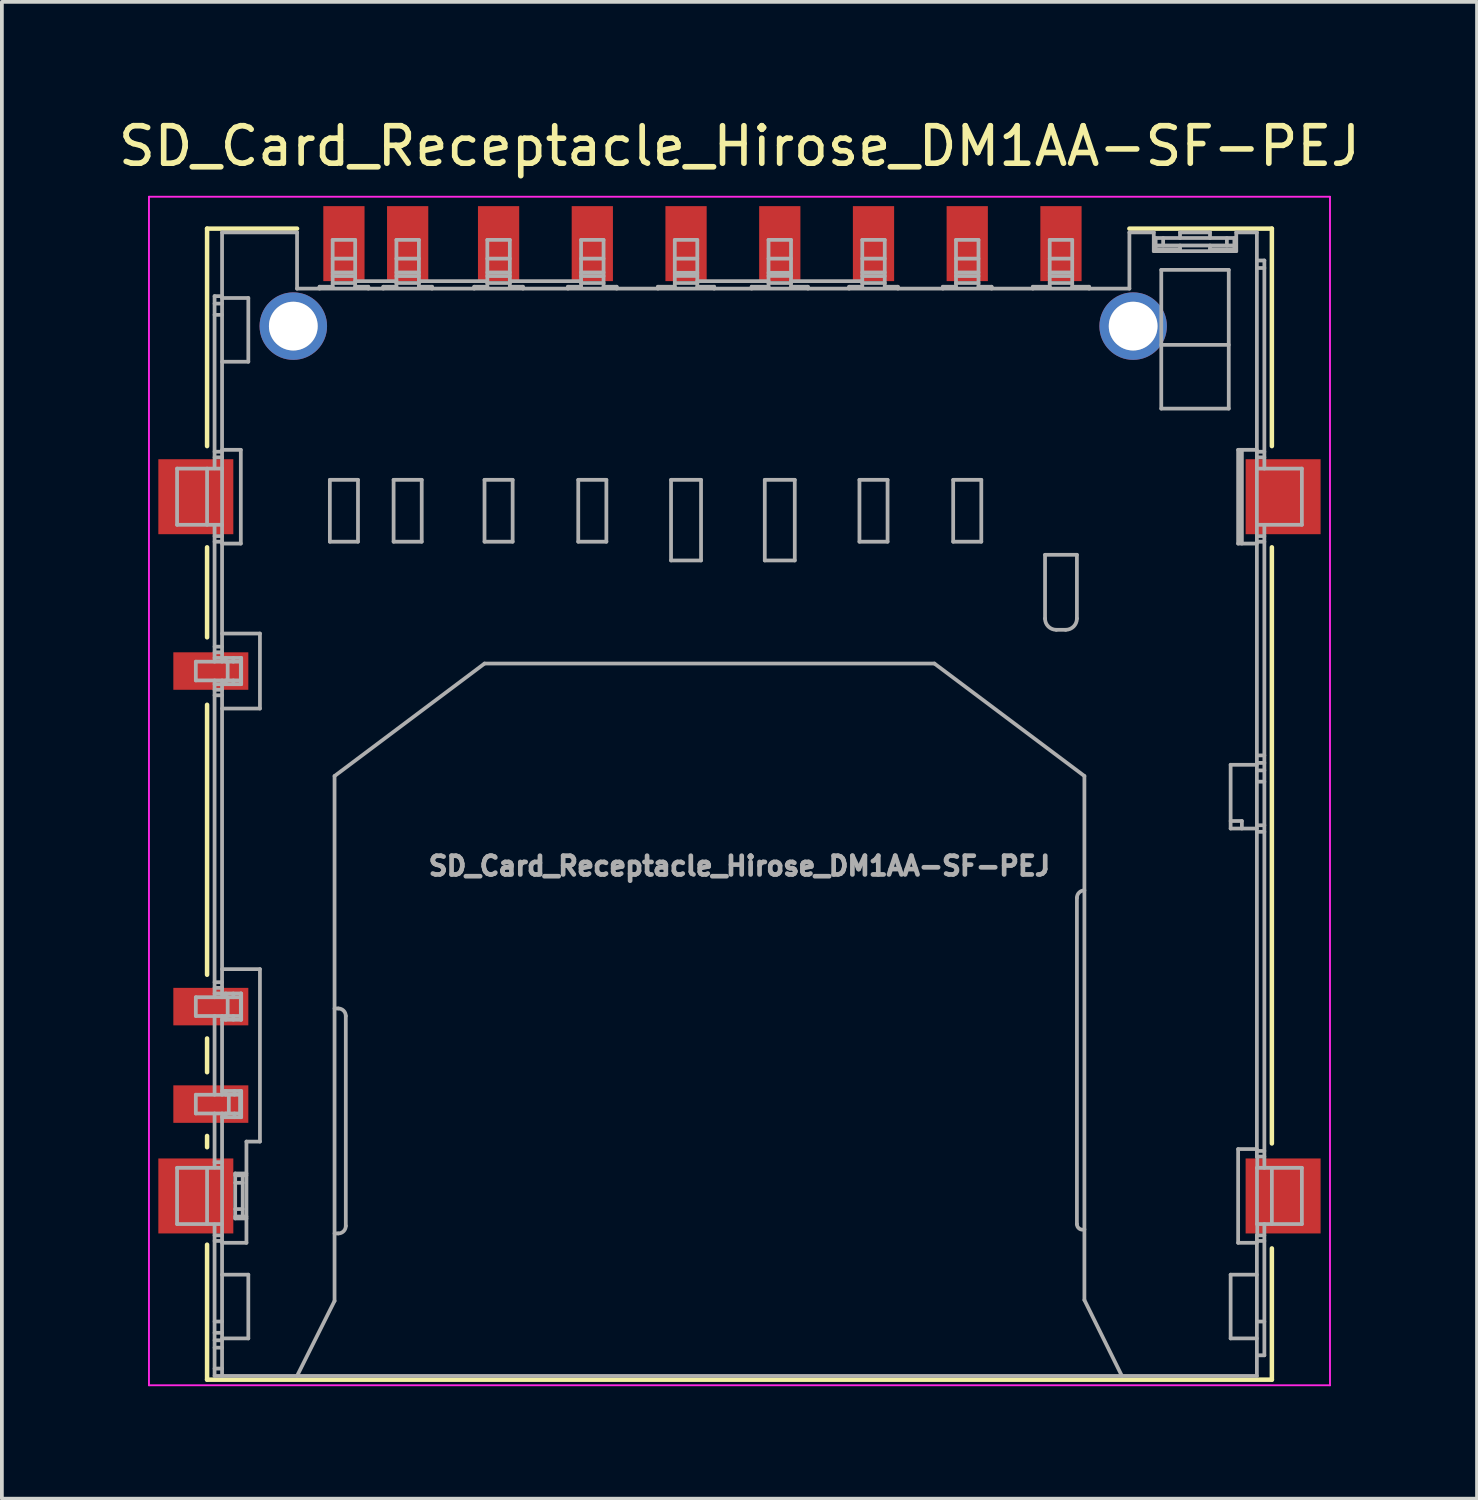
<source format=kicad_pcb>
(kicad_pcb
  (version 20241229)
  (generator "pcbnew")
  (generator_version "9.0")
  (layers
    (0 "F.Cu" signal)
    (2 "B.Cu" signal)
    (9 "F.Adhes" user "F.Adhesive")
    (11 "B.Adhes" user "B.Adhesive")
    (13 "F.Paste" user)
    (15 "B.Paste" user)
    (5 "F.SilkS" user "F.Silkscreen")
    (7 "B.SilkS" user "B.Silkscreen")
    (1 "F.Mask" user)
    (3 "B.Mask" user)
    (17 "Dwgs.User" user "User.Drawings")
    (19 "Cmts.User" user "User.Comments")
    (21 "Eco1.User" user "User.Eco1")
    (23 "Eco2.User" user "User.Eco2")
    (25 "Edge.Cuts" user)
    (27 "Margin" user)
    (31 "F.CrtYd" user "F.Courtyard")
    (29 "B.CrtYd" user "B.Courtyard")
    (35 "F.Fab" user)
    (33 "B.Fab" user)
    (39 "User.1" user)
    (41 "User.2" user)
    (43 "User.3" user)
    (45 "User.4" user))
  (footprint "SD_Card_Receptacle_Hirose_DM1AA-SF-PEJ"
    (layer "F.Cu")
    (at 16.673 18.048)
    (property "Reference" "SD_Card_Receptacle_Hirose_DM1AA-SF-PEJ" (at 0 -17.2 0) (layer "F.SilkS") (effects (font (size 1 1) (thickness 0.15))))
    (attr smd)
    (fp_line (start -14.2 -15) (end -14.2 -9.2) (stroke (width 0.12) (type solid)) (layer "F.SilkS"))
    (fp_line (start -14.2 -6.5) (end -14.2 -4.1) (stroke (width 0.12) (type solid)) (layer "F.SilkS"))
    (fp_line (start -14.2 -2.3) (end -14.2 4.9) (stroke (width 0.12) (type solid)) (layer "F.SilkS"))
    (fp_line (start -14.2 6.6) (end -14.2 7.5) (stroke (width 0.12) (type solid)) (layer "F.SilkS"))
    (fp_line (start -14.2 9.2) (end -14.2 9.5) (stroke (width 0.12) (type solid)) (layer "F.SilkS"))
    (fp_line (start -14.2 12.1) (end -14.2 15.7) (stroke (width 0.12) (type solid)) (layer "F.SilkS"))
    (fp_line (start -14.2 15.7) (end 14.2 15.7) (stroke (width 0.12) (type solid)) (layer "F.SilkS"))
    (fp_line (start -11.8 -15) (end -14.2 -15) (stroke (width 0.12) (type solid)) (layer "F.SilkS"))
    (fp_line (start 14.2 -15) (end 10.4 -15) (stroke (width 0.12) (type solid)) (layer "F.SilkS"))
    (fp_line (start 14.2 -9.2) (end 14.2 -15) (stroke (width 0.12) (type solid)) (layer "F.SilkS"))
    (fp_line (start 14.2 9.4) (end 14.2 -6.5) (stroke (width 0.12) (type solid)) (layer "F.SilkS"))
    (fp_line (start 14.2 15.7) (end 14.2 12.2) (stroke (width 0.12) (type solid)) (layer "F.SilkS"))
    (fp_line (start -15.75 -15.85) (end -15.75 15.85) (stroke (width 0.05) (type solid)) (layer "F.CrtYd"))
    (fp_line (start -15.75 -15.85) (end 15.75 -15.85) (stroke (width 0.05) (type solid)) (layer "F.CrtYd"))
    (fp_line (start -15.75 15.85) (end 15.75 15.85) (stroke (width 0.05) (type solid)) (layer "F.CrtYd"))
    (fp_line (start 15.75 15.85) (end 15.75 -15.85) (stroke (width 0.05) (type solid)) (layer "F.CrtYd"))
    (fp_line (start -15 -7.1) (end -15 -8.6) (stroke (width 0.1) (type solid)) (layer "F.Fab"))
    (fp_line (start -15 -7.1) (end -13.803 -7.1) (stroke (width 0.1) (type solid)) (layer "F.Fab"))
    (fp_line (start -15 11.55) (end -15 10.05) (stroke (width 0.1) (type solid)) (layer "F.Fab"))
    (fp_line (start -14.5 -2.95) (end -14.5 -3.45) (stroke (width 0.1) (type solid)) (layer "F.Fab"))
    (fp_line (start -14.5 6) (end -14.5 5.5) (stroke (width 0.1) (type solid)) (layer "F.Fab"))
    (fp_line (start -14.5 8.6) (end -14.5 8.1) (stroke (width 0.1) (type solid)) (layer "F.Fab"))
    (fp_line (start -14.2 -8.6) (end -14.2 -7.1) (stroke (width 0.1) (type solid)) (layer "F.Fab"))
    (fp_line (start -14.2 10.05) (end -14.2 11.55) (stroke (width 0.1) (type solid)) (layer "F.Fab"))
    (fp_line (start -14 -13.2) (end -14 -8.609) (stroke (width 0.1) (type solid)) (layer "F.Fab"))
    (fp_line (start -14 -9.05) (end -13.8 -9.05) (stroke (width 0.1) (type solid)) (layer "F.Fab"))
    (fp_line (start -14 -7.091) (end -14 -3.45) (stroke (width 0.1) (type solid)) (layer "F.Fab"))
    (fp_line (start -14 -6.8) (end -13.8 -6.8) (stroke (width 0.1) (type solid)) (layer "F.Fab"))
    (fp_line (start -14 -3.85) (end -13.8 -3.85) (stroke (width 0.1) (type solid)) (layer "F.Fab"))
    (fp_line (start -14 -2.95) (end -14 5.5) (stroke (width 0.1) (type solid)) (layer "F.Fab"))
    (fp_line (start -14 -2.85) (end -13.29 -2.85) (stroke (width 0.1) (type solid)) (layer "F.Fab"))
    (fp_line (start -14 -2.7) (end -13.8 -2.7) (stroke (width 0.1) (type solid)) (layer "F.Fab"))
    (fp_line (start -14 -2.553) (end -13.8 -2.553) (stroke (width 0.1) (type solid)) (layer "F.Fab"))
    (fp_line (start -14 5.1) (end -13.8 5.1) (stroke (width 0.1) (type solid)) (layer "F.Fab"))
    (fp_line (start -14 5.4) (end -13.29 5.4) (stroke (width 0.1) (type solid)) (layer "F.Fab"))
    (fp_line (start -14 6) (end -14 8.1) (stroke (width 0.1) (type solid)) (layer "F.Fab"))
    (fp_line (start -14 8.6) (end -14 10.041) (stroke (width 0.1) (type solid)) (layer "F.Fab"))
    (fp_line (start -14 11.559) (end -14 15.6) (stroke (width 0.1) (type solid)) (layer "F.Fab"))
    (fp_line (start -14 11.85) (end -13.8 11.85) (stroke (width 0.1) (type solid)) (layer "F.Fab"))
    (fp_line (start -14 12) (end -13.8 12) (stroke (width 0.1) (type solid)) (layer "F.Fab"))
    (fp_line (start -14 14.15) (end -13.8 14.15) (stroke (width 0.1) (type solid)) (layer "F.Fab"))
    (fp_line (start -14 14.65) (end -13.8 14.65) (stroke (width 0.1) (type solid)) (layer "F.Fab"))
    (fp_line (start -14 14.846) (end -13.8 14.846) (stroke (width 0.1) (type solid)) (layer "F.Fab"))
    (fp_line (start -14 15.404) (end -13.8 15.404) (stroke (width 0.1) (type solid)) (layer "F.Fab"))
    (fp_line (start -14 15.6) (end 13.8 15.6) (stroke (width 0.1) (type solid)) (layer "F.Fab"))
    (fp_line (start -13.803 -8.6) (end -15 -8.6) (stroke (width 0.1) (type solid)) (layer "F.Fab"))
    (fp_line (start -13.803 -8.6) (end -13.801 -8.602) (stroke (width 0.1) (type solid)) (layer "F.Fab"))
    (fp_line (start -13.803 10.05) (end -15 10.05) (stroke (width 0.1) (type solid)) (layer "F.Fab"))
    (fp_line (start -13.803 11.55) (end -15 11.55) (stroke (width 0.1) (type solid)) (layer "F.Fab"))
    (fp_line (start -13.801 -8.602) (end -13.8 -8.609) (stroke (width 0.1) (type solid)) (layer "F.Fab"))
    (fp_line (start -13.801 -7.098) (end -13.803 -7.1) (stroke (width 0.1) (type solid)) (layer "F.Fab"))
    (fp_line (start -13.8 -14.9) (end -13.8 -3.45) (stroke (width 0.1) (type solid)) (layer "F.Fab"))
    (fp_line (start -13.8 -13.2) (end -14 -13.2) (stroke (width 0.1) (type solid)) (layer "F.Fab"))
    (fp_line (start -13.8 -13.15) (end -13.1 -13.15) (stroke (width 0.1) (type solid)) (layer "F.Fab"))
    (fp_line (start -13.8 -13) (end -14 -13) (stroke (width 0.1) (type solid)) (layer "F.Fab"))
    (fp_line (start -13.8 -12.7) (end -14 -12.7) (stroke (width 0.1) (type solid)) (layer "F.Fab"))
    (fp_line (start -13.8 -9.1) (end -13.3 -9.1) (stroke (width 0.1) (type solid)) (layer "F.Fab"))
    (fp_line (start -13.8 -8.9) (end -14 -8.9) (stroke (width 0.1) (type solid)) (layer "F.Fab"))
    (fp_line (start -13.8 -7.091) (end -13.801 -7.098) (stroke (width 0.1) (type solid)) (layer "F.Fab"))
    (fp_line (start -13.8 -6.65) (end -14 -6.65) (stroke (width 0.1) (type solid)) (layer "F.Fab"))
    (fp_line (start -13.8 -4.2) (end -12.79 -4.2) (stroke (width 0.1) (type solid)) (layer "F.Fab"))
    (fp_line (start -13.8 -3.7) (end -14 -3.7) (stroke (width 0.1) (type solid)) (layer "F.Fab"))
    (fp_line (start -13.8 -2.95) (end -13.8 5.5) (stroke (width 0.1) (type solid)) (layer "F.Fab"))
    (fp_line (start -13.8 4.75) (end -12.79 4.75) (stroke (width 0.1) (type solid)) (layer "F.Fab"))
    (fp_line (start -13.8 5.25) (end -14 5.25) (stroke (width 0.1) (type solid)) (layer "F.Fab"))
    (fp_line (start -13.8 6) (end -13.8 8.1) (stroke (width 0.1) (type solid)) (layer "F.Fab"))
    (fp_line (start -13.8 8) (end -13.29 8) (stroke (width 0.1) (type solid)) (layer "F.Fab"))
    (fp_line (start -13.8 9.9) (end -14 9.9) (stroke (width 0.1) (type solid)) (layer "F.Fab"))
    (fp_line (start -13.8 12.9) (end -13.1 12.9) (stroke (width 0.1) (type solid)) (layer "F.Fab"))
    (fp_line (start -13.8 14.45) (end -14 14.45) (stroke (width 0.1) (type solid)) (layer "F.Fab"))
    (fp_line (start -13.8 15.6) (end -13.8 8.6) (stroke (width 0.1) (type solid)) (layer "F.Fab"))
    (fp_line (start -13.7 -3.55) (end -13.7 -3.45) (stroke (width 0.1) (type solid)) (layer "F.Fab"))
    (fp_line (start -13.7 -2.95) (end -13.7 -2.85) (stroke (width 0.1) (type solid)) (layer "F.Fab"))
    (fp_line (start -13.7 5.4) (end -13.7 5.5) (stroke (width 0.1) (type solid)) (layer "F.Fab"))
    (fp_line (start -13.7 6) (end -13.7 6.1) (stroke (width 0.1) (type solid)) (layer "F.Fab"))
    (fp_line (start -13.7 8) (end -13.7 8.1) (stroke (width 0.1) (type solid)) (layer "F.Fab"))
    (fp_line (start -13.7 8.6) (end -13.7 8.7) (stroke (width 0.1) (type solid)) (layer "F.Fab"))
    (fp_line (start -13.65 -2.95) (end -13.65 -3.45) (stroke (width 0.1) (type solid)) (layer "F.Fab"))
    (fp_line (start -13.65 6) (end -13.65 5.5) (stroke (width 0.1) (type solid)) (layer "F.Fab"))
    (fp_line (start -13.62 8.6) (end -13.62 8.1) (stroke (width 0.1) (type solid)) (layer "F.Fab"))
    (fp_line (start -13.5 -3.55) (end -13.5 -3.45) (stroke (width 0.1) (type solid)) (layer "F.Fab"))
    (fp_line (start -13.5 -2.95) (end -13.5 -2.85) (stroke (width 0.1) (type solid)) (layer "F.Fab"))
    (fp_line (start -13.5 5.4) (end -13.5 5.5) (stroke (width 0.1) (type solid)) (layer "F.Fab"))
    (fp_line (start -13.5 6) (end -13.5 6.1) (stroke (width 0.1) (type solid)) (layer "F.Fab"))
    (fp_line (start -13.47 8.1) (end -13.47 8) (stroke (width 0.1) (type solid)) (layer "F.Fab"))
    (fp_line (start -13.47 8.7) (end -13.47 8.6) (stroke (width 0.1) (type solid)) (layer "F.Fab"))
    (fp_line (start -13.45 10.2) (end -13.45 11.4) (stroke (width 0.1) (type solid)) (layer "F.Fab"))
    (fp_line (start -13.45 11.4) (end -13.15 11.4) (stroke (width 0.1) (type solid)) (layer "F.Fab"))
    (fp_line (start -13.45 10.45) (end -13.25 10.45) (stroke (width 0.1) (type solid)) (layer "F.Fab"))
    (fp_line (start -13.32 8) (end -13.32 8.7) (stroke (width 0.1) (type solid)) (layer "F.Fab"))
    (fp_line (start -13.32 8.1) (end -14.5 8.1) (stroke (width 0.1) (type solid)) (layer "F.Fab"))
    (fp_line (start -13.32 8.6) (end -14.5 8.6) (stroke (width 0.1) (type solid)) (layer "F.Fab"))
    (fp_line (start -13.3 -9.1) (end -13.3 -6.6) (stroke (width 0.1) (type solid)) (layer "F.Fab"))
    (fp_line (start -13.3 -6.6) (end -13.8 -6.6) (stroke (width 0.1) (type solid)) (layer "F.Fab"))
    (fp_line (start -13.3 -3.55) (end -13.3 -2.85) (stroke (width 0.1) (type solid)) (layer "F.Fab"))
    (fp_line (start -13.3 -3.45) (end -14.5 -3.45) (stroke (width 0.1) (type solid)) (layer "F.Fab"))
    (fp_line (start -13.3 -2.95) (end -14.5 -2.95) (stroke (width 0.1) (type solid)) (layer "F.Fab"))
    (fp_line (start -13.3 5.4) (end -13.3 6.1) (stroke (width 0.1) (type solid)) (layer "F.Fab"))
    (fp_line (start -13.3 5.5) (end -14.5 5.5) (stroke (width 0.1) (type solid)) (layer "F.Fab"))
    (fp_line (start -13.3 6) (end -14.5 6) (stroke (width 0.1) (type solid)) (layer "F.Fab"))
    (fp_line (start -13.29 -3.55) (end -14 -3.55) (stroke (width 0.1) (type solid)) (layer "F.Fab"))
    (fp_line (start -13.29 -3.55) (end -13.29 -2.85) (stroke (width 0.1) (type solid)) (layer "F.Fab"))
    (fp_line (start -13.29 6.1) (end -13.8 6.1) (stroke (width 0.1) (type solid)) (layer "F.Fab"))
    (fp_line (start -13.29 6.1) (end -13.29 5.4) (stroke (width 0.1) (type solid)) (layer "F.Fab"))
    (fp_line (start -13.29 8.7) (end -13.8 8.7) (stroke (width 0.1) (type solid)) (layer "F.Fab"))
    (fp_line (start -13.29 8.7) (end -13.29 8) (stroke (width 0.1) (type solid)) (layer "F.Fab"))
    (fp_line (start -13.25 11.15) (end -13.45 11.15) (stroke (width 0.1) (type solid)) (layer "F.Fab"))
    (fp_line (start -13.25 11.35) (end -13.25 10.25) (stroke (width 0.1) (type solid)) (layer "F.Fab"))
    (fp_line (start -13.15 9.35) (end -13.15 12.05) (stroke (width 0.1) (type solid)) (layer "F.Fab"))
    (fp_line (start -13.15 10.2) (end -13.45 10.2) (stroke (width 0.1) (type solid)) (layer "F.Fab"))
    (fp_line (start -13.15 10.25) (end -13.45 10.25) (stroke (width 0.1) (type solid)) (layer "F.Fab"))
    (fp_line (start -13.15 11.35) (end -13.45 11.35) (stroke (width 0.1) (type solid)) (layer "F.Fab"))
    (fp_line (start -13.15 12.05) (end -13.8 12.05) (stroke (width 0.1) (type solid)) (layer "F.Fab"))
    (fp_line (start -13.1 -13.15) (end -13.1 -11.45) (stroke (width 0.1) (type solid)) (layer "F.Fab"))
    (fp_line (start -13.1 -11.45) (end -13.8 -11.45) (stroke (width 0.1) (type solid)) (layer "F.Fab"))
    (fp_line (start -13.1 12.9) (end -13.1 14.6) (stroke (width 0.1) (type solid)) (layer "F.Fab"))
    (fp_line (start -13.1 14.6) (end -13.8 14.6) (stroke (width 0.1) (type solid)) (layer "F.Fab"))
    (fp_line (start -12.79 -4.2) (end -12.79 -2.2) (stroke (width 0.1) (type solid)) (layer "F.Fab"))
    (fp_line (start -12.79 -2.2) (end -13.8 -2.2) (stroke (width 0.1) (type solid)) (layer "F.Fab"))
    (fp_line (start -12.79 4.75) (end -12.79 9.35) (stroke (width 0.1) (type solid)) (layer "F.Fab"))
    (fp_line (start -12.79 9.35) (end -13.15 9.35) (stroke (width 0.1) (type solid)) (layer "F.Fab"))
    (fp_line (start -11.8 -14.9) (end -13.8 -14.9) (stroke (width 0.1) (type solid)) (layer "F.Fab"))
    (fp_line (start -11.8 -13.4) (end -11.8 -14.9) (stroke (width 0.1) (type solid)) (layer "F.Fab"))
    (fp_line (start -11.8 15.6) (end -10.8 13.6) (stroke (width 0.1) (type solid)) (layer "F.Fab"))
    (fp_line (start -11.2 -13.45) (end -11.2 -13.4) (stroke (width 0.1) (type solid)) (layer "F.Fab"))
    (fp_line (start -10.925 -8.3) (end -10.175 -8.3) (stroke (width 0.1) (type solid)) (layer "F.Fab"))
    (fp_line (start -10.925 -6.65) (end -10.925 -8.3) (stroke (width 0.1) (type solid)) (layer "F.Fab"))
    (fp_line (start -10.85 -14.7) (end -10.85 -13.45) (stroke (width 0.1) (type solid)) (layer "F.Fab"))
    (fp_line (start -10.85 -14.7) (end -10.25 -14.7) (stroke (width 0.1) (type solid)) (layer "F.Fab"))
    (fp_line (start -10.85 -14.2) (end -10.25 -14.2) (stroke (width 0.1) (type solid)) (layer "F.Fab"))
    (fp_line (start -10.85 -13.45) (end -11.2 -13.45) (stroke (width 0.1) (type solid)) (layer "F.Fab"))
    (fp_line (start -10.8 -0.4) (end -6.8 -3.4) (stroke (width 0.1) (type solid)) (layer "F.Fab"))
    (fp_line (start -10.8 11.8) (end -10.7 11.8) (stroke (width 0.1) (type solid)) (layer "F.Fab"))
    (fp_line (start -10.8 13.6) (end -10.8 -0.4) (stroke (width 0.1) (type solid)) (layer "F.Fab"))
    (fp_line (start -10.7 5.8) (end -10.8 5.8) (stroke (width 0.1) (type solid)) (layer "F.Fab"))
    (fp_line (start -10.5 11.6) (end -10.5 6) (stroke (width 0.1) (type solid)) (layer "F.Fab"))
    (fp_line (start -10.25 -13.831) (end -10.85 -13.831) (stroke (width 0.1) (type solid)) (layer "F.Fab"))
    (fp_line (start -10.25 -13.735) (end -10.85 -13.735) (stroke (width 0.1) (type solid)) (layer "F.Fab"))
    (fp_line (start -10.25 -13.6) (end -9.15 -13.6) (stroke (width 0.1) (type solid)) (layer "F.Fab"))
    (fp_line (start -10.25 -13.55) (end -10.85 -13.55) (stroke (width 0.1) (type solid)) (layer "F.Fab"))
    (fp_line (start -10.25 -13.45) (end -10.25 -14.7) (stroke (width 0.1) (type solid)) (layer "F.Fab"))
    (fp_line (start -10.175 -8.3) (end -10.175 -6.65) (stroke (width 0.1) (type solid)) (layer "F.Fab"))
    (fp_line (start -10.175 -6.65) (end -10.925 -6.65) (stroke (width 0.1) (type solid)) (layer "F.Fab"))
    (fp_line (start -9.9 -13.45) (end -10.25 -13.45) (stroke (width 0.1) (type solid)) (layer "F.Fab"))
    (fp_line (start -9.9 -13.4) (end -9.9 -13.45) (stroke (width 0.1) (type solid)) (layer "F.Fab"))
    (fp_line (start -9.5 -13.45) (end -9.5 -13.4) (stroke (width 0.1) (type solid)) (layer "F.Fab"))
    (fp_line (start -9.225 -8.3) (end -8.475 -8.3) (stroke (width 0.1) (type solid)) (layer "F.Fab"))
    (fp_line (start -9.225 -6.65) (end -9.225 -8.3) (stroke (width 0.1) (type solid)) (layer "F.Fab"))
    (fp_line (start -9.15 -14.7) (end -9.15 -13.45) (stroke (width 0.1) (type solid)) (layer "F.Fab"))
    (fp_line (start -9.15 -14.7) (end -8.55 -14.7) (stroke (width 0.1) (type solid)) (layer "F.Fab"))
    (fp_line (start -9.15 -14.2) (end -8.55 -14.2) (stroke (width 0.1) (type solid)) (layer "F.Fab"))
    (fp_line (start -9.15 -13.45) (end -9.5 -13.45) (stroke (width 0.1) (type solid)) (layer "F.Fab"))
    (fp_line (start -8.55 -13.831) (end -9.15 -13.831) (stroke (width 0.1) (type solid)) (layer "F.Fab"))
    (fp_line (start -8.55 -13.735) (end -9.15 -13.735) (stroke (width 0.1) (type solid)) (layer "F.Fab"))
    (fp_line (start -8.55 -13.6) (end -6.725 -13.6) (stroke (width 0.1) (type solid)) (layer "F.Fab"))
    (fp_line (start -8.55 -13.55) (end -9.15 -13.55) (stroke (width 0.1) (type solid)) (layer "F.Fab"))
    (fp_line (start -8.55 -13.45) (end -8.55 -14.7) (stroke (width 0.1) (type solid)) (layer "F.Fab"))
    (fp_line (start -8.475 -8.3) (end -8.475 -6.65) (stroke (width 0.1) (type solid)) (layer "F.Fab"))
    (fp_line (start -8.475 -6.65) (end -9.225 -6.65) (stroke (width 0.1) (type solid)) (layer "F.Fab"))
    (fp_line (start -8.2 -13.45) (end -8.55 -13.45) (stroke (width 0.1) (type solid)) (layer "F.Fab"))
    (fp_line (start -8.2 -13.4) (end -8.2 -13.45) (stroke (width 0.1) (type solid)) (layer "F.Fab"))
    (fp_line (start -7.075 -13.45) (end -7.075 -13.4) (stroke (width 0.1) (type solid)) (layer "F.Fab"))
    (fp_line (start -6.8 -8.3) (end -6.05 -8.3) (stroke (width 0.1) (type solid)) (layer "F.Fab"))
    (fp_line (start -6.8 -6.65) (end -6.8 -8.3) (stroke (width 0.1) (type solid)) (layer "F.Fab"))
    (fp_line (start -6.8 -3.4) (end 5.2 -3.4) (stroke (width 0.1) (type solid)) (layer "F.Fab"))
    (fp_line (start -6.725 -14.7) (end -6.725 -13.45) (stroke (width 0.1) (type solid)) (layer "F.Fab"))
    (fp_line (start -6.725 -14.7) (end -6.125 -14.7) (stroke (width 0.1) (type solid)) (layer "F.Fab"))
    (fp_line (start -6.725 -13.45) (end -7.075 -13.45) (stroke (width 0.1) (type solid)) (layer "F.Fab"))
    (fp_line (start -6.125 -14.2) (end -6.725 -14.2) (stroke (width 0.1) (type solid)) (layer "F.Fab"))
    (fp_line (start -6.125 -13.831) (end -6.725 -13.831) (stroke (width 0.1) (type solid)) (layer "F.Fab"))
    (fp_line (start -6.125 -13.735) (end -6.725 -13.735) (stroke (width 0.1) (type solid)) (layer "F.Fab"))
    (fp_line (start -6.125 -13.6) (end -4.225 -13.6) (stroke (width 0.1) (type solid)) (layer "F.Fab"))
    (fp_line (start -6.125 -13.55) (end -6.725 -13.55) (stroke (width 0.1) (type solid)) (layer "F.Fab"))
    (fp_line (start -6.125 -13.45) (end -6.125 -14.7) (stroke (width 0.1) (type solid)) (layer "F.Fab"))
    (fp_line (start -6.05 -8.3) (end -6.05 -6.65) (stroke (width 0.1) (type solid)) (layer "F.Fab"))
    (fp_line (start -6.05 -6.65) (end -6.8 -6.65) (stroke (width 0.1) (type solid)) (layer "F.Fab"))
    (fp_line (start -5.775 -13.45) (end -6.125 -13.45) (stroke (width 0.1) (type solid)) (layer "F.Fab"))
    (fp_line (start -5.775 -13.4) (end -5.775 -13.45) (stroke (width 0.1) (type solid)) (layer "F.Fab"))
    (fp_line (start -4.575 -13.45) (end -4.575 -13.4) (stroke (width 0.1) (type solid)) (layer "F.Fab"))
    (fp_line (start -4.3 -8.3) (end -3.55 -8.3) (stroke (width 0.1) (type solid)) (layer "F.Fab"))
    (fp_line (start -4.3 -6.65) (end -4.3 -8.3) (stroke (width 0.1) (type solid)) (layer "F.Fab"))
    (fp_line (start -4.225 -14.7) (end -4.225 -13.45) (stroke (width 0.1) (type solid)) (layer "F.Fab"))
    (fp_line (start -4.225 -14.7) (end -3.625 -14.7) (stroke (width 0.1) (type solid)) (layer "F.Fab"))
    (fp_line (start -4.225 -14.2) (end -3.625 -14.2) (stroke (width 0.1) (type solid)) (layer "F.Fab"))
    (fp_line (start -4.225 -13.45) (end -4.575 -13.45) (stroke (width 0.1) (type solid)) (layer "F.Fab"))
    (fp_line (start -3.625 -13.831) (end -4.225 -13.831) (stroke (width 0.1) (type solid)) (layer "F.Fab"))
    (fp_line (start -3.625 -13.735) (end -4.225 -13.735) (stroke (width 0.1) (type solid)) (layer "F.Fab"))
    (fp_line (start -3.625 -13.55) (end -4.225 -13.55) (stroke (width 0.1) (type solid)) (layer "F.Fab"))
    (fp_line (start -3.625 -13.45) (end -3.625 -14.7) (stroke (width 0.1) (type solid)) (layer "F.Fab"))
    (fp_line (start -3.55 -8.3) (end -3.55 -6.65) (stroke (width 0.1) (type solid)) (layer "F.Fab"))
    (fp_line (start -3.55 -6.65) (end -4.3 -6.65) (stroke (width 0.1) (type solid)) (layer "F.Fab"))
    (fp_line (start -3.275 -13.45) (end -3.625 -13.45) (stroke (width 0.1) (type solid)) (layer "F.Fab"))
    (fp_line (start -3.275 -13.4) (end -3.275 -13.45) (stroke (width 0.1) (type solid)) (layer "F.Fab"))
    (fp_line (start -2.175 -13.45) (end -2.175 -13.4) (stroke (width 0.1) (type solid)) (layer "F.Fab"))
    (fp_line (start -1.825 -8.3) (end -1.025 -8.3) (stroke (width 0.1) (type solid)) (layer "F.Fab"))
    (fp_line (start -1.825 -6.15) (end -1.825 -8.3) (stroke (width 0.1) (type solid)) (layer "F.Fab"))
    (fp_line (start -1.725 -14.7) (end -1.725 -13.45) (stroke (width 0.1) (type solid)) (layer "F.Fab"))
    (fp_line (start -1.725 -14.7) (end -1.125 -14.7) (stroke (width 0.1) (type solid)) (layer "F.Fab"))
    (fp_line (start -1.725 -13.45) (end -2.175 -13.45) (stroke (width 0.1) (type solid)) (layer "F.Fab"))
    (fp_line (start -1.125 -14.2) (end -1.725 -14.2) (stroke (width 0.1) (type solid)) (layer "F.Fab"))
    (fp_line (start -1.125 -13.821) (end -1.725 -13.821) (stroke (width 0.1) (type solid)) (layer "F.Fab"))
    (fp_line (start -1.125 -13.739) (end -1.725 -13.739) (stroke (width 0.1) (type solid)) (layer "F.Fab"))
    (fp_line (start -1.125 -13.6) (end 0.775 -13.6) (stroke (width 0.1) (type solid)) (layer "F.Fab"))
    (fp_line (start -1.125 -13.55) (end -1.725 -13.55) (stroke (width 0.1) (type solid)) (layer "F.Fab"))
    (fp_line (start -1.125 -13.45) (end -1.125 -14.7) (stroke (width 0.1) (type solid)) (layer "F.Fab"))
    (fp_line (start -1.025 -8.3) (end -1.025 -6.15) (stroke (width 0.1) (type solid)) (layer "F.Fab"))
    (fp_line (start -1.025 -6.15) (end -1.825 -6.15) (stroke (width 0.1) (type solid)) (layer "F.Fab"))
    (fp_line (start -0.675 -13.45) (end -1.125 -13.45) (stroke (width 0.1) (type solid)) (layer "F.Fab"))
    (fp_line (start -0.675 -13.4) (end -0.675 -13.45) (stroke (width 0.1) (type solid)) (layer "F.Fab"))
    (fp_line (start 0.325 -13.45) (end 0.325 -13.4) (stroke (width 0.1) (type solid)) (layer "F.Fab"))
    (fp_line (start 0.675 -8.3) (end 1.475 -8.3) (stroke (width 0.1) (type solid)) (layer "F.Fab"))
    (fp_line (start 0.675 -6.15) (end 0.675 -8.3) (stroke (width 0.1) (type solid)) (layer "F.Fab"))
    (fp_line (start 0.775 -14.7) (end 0.775 -13.45) (stroke (width 0.1) (type solid)) (layer "F.Fab"))
    (fp_line (start 0.775 -14.7) (end 1.375 -14.7) (stroke (width 0.1) (type solid)) (layer "F.Fab"))
    (fp_line (start 0.775 -13.45) (end 0.325 -13.45) (stroke (width 0.1) (type solid)) (layer "F.Fab"))
    (fp_line (start 1.375 -14.2) (end 0.775 -14.2) (stroke (width 0.1) (type solid)) (layer "F.Fab"))
    (fp_line (start 1.375 -13.821) (end 0.775 -13.821) (stroke (width 0.1) (type solid)) (layer "F.Fab"))
    (fp_line (start 1.375 -13.739) (end 0.775 -13.739) (stroke (width 0.1) (type solid)) (layer "F.Fab"))
    (fp_line (start 1.375 -13.6) (end 3.275 -13.6) (stroke (width 0.1) (type solid)) (layer "F.Fab"))
    (fp_line (start 1.375 -13.55) (end 0.775 -13.55) (stroke (width 0.1) (type solid)) (layer "F.Fab"))
    (fp_line (start 1.375 -13.45) (end 1.375 -14.7) (stroke (width 0.1) (type solid)) (layer "F.Fab"))
    (fp_line (start 1.475 -8.3) (end 1.475 -6.15) (stroke (width 0.1) (type solid)) (layer "F.Fab"))
    (fp_line (start 1.475 -6.15) (end 0.675 -6.15) (stroke (width 0.1) (type solid)) (layer "F.Fab"))
    (fp_line (start 1.825 -13.45) (end 1.375 -13.45) (stroke (width 0.1) (type solid)) (layer "F.Fab"))
    (fp_line (start 1.825 -13.4) (end 1.825 -13.45) (stroke (width 0.1) (type solid)) (layer "F.Fab"))
    (fp_line (start 2.925 -13.45) (end 2.925 -13.4) (stroke (width 0.1) (type solid)) (layer "F.Fab"))
    (fp_line (start 3.2 -8.3) (end 3.95 -8.3) (stroke (width 0.1) (type solid)) (layer "F.Fab"))
    (fp_line (start 3.2 -6.65) (end 3.2 -8.3) (stroke (width 0.1) (type solid)) (layer "F.Fab"))
    (fp_line (start 3.275 -14.7) (end 3.275 -13.45) (stroke (width 0.1) (type solid)) (layer "F.Fab"))
    (fp_line (start 3.275 -14.7) (end 3.875 -14.7) (stroke (width 0.1) (type solid)) (layer "F.Fab"))
    (fp_line (start 3.275 -14.2) (end 3.875 -14.2) (stroke (width 0.1) (type solid)) (layer "F.Fab"))
    (fp_line (start 3.275 -13.45) (end 2.925 -13.45) (stroke (width 0.1) (type solid)) (layer "F.Fab"))
    (fp_line (start 3.875 -13.831) (end 3.275 -13.831) (stroke (width 0.1) (type solid)) (layer "F.Fab"))
    (fp_line (start 3.875 -13.735) (end 3.275 -13.735) (stroke (width 0.1) (type solid)) (layer "F.Fab"))
    (fp_line (start 3.875 -13.55) (end 3.275 -13.55) (stroke (width 0.1) (type solid)) (layer "F.Fab"))
    (fp_line (start 3.875 -13.45) (end 3.875 -14.7) (stroke (width 0.1) (type solid)) (layer "F.Fab"))
    (fp_line (start 3.95 -8.3) (end 3.95 -6.65) (stroke (width 0.1) (type solid)) (layer "F.Fab"))
    (fp_line (start 3.95 -6.65) (end 3.2 -6.65) (stroke (width 0.1) (type solid)) (layer "F.Fab"))
    (fp_line (start 4.225 -13.45) (end 3.875 -13.45) (stroke (width 0.1) (type solid)) (layer "F.Fab"))
    (fp_line (start 4.225 -13.4) (end 4.225 -13.45) (stroke (width 0.1) (type solid)) (layer "F.Fab"))
    (fp_line (start 5.2 -3.4) (end 9.2 -0.4) (stroke (width 0.1) (type solid)) (layer "F.Fab"))
    (fp_line (start 5.425 -13.45) (end 5.425 -13.4) (stroke (width 0.1) (type solid)) (layer "F.Fab"))
    (fp_line (start 5.7 -8.3) (end 6.45 -8.3) (stroke (width 0.1) (type solid)) (layer "F.Fab"))
    (fp_line (start 5.7 -6.65) (end 5.7 -8.3) (stroke (width 0.1) (type solid)) (layer "F.Fab"))
    (fp_line (start 5.775 -14.7) (end 5.775 -13.45) (stroke (width 0.1) (type solid)) (layer "F.Fab"))
    (fp_line (start 5.775 -14.7) (end 6.375 -14.7) (stroke (width 0.1) (type solid)) (layer "F.Fab"))
    (fp_line (start 5.775 -13.45) (end 5.425 -13.45) (stroke (width 0.1) (type solid)) (layer "F.Fab"))
    (fp_line (start 6.375 -14.2) (end 5.775 -14.2) (stroke (width 0.1) (type solid)) (layer "F.Fab"))
    (fp_line (start 6.375 -13.831) (end 5.775 -13.831) (stroke (width 0.1) (type solid)) (layer "F.Fab"))
    (fp_line (start 6.375 -13.735) (end 5.775 -13.735) (stroke (width 0.1) (type solid)) (layer "F.Fab"))
    (fp_line (start 6.375 -13.55) (end 5.775 -13.55) (stroke (width 0.1) (type solid)) (layer "F.Fab"))
    (fp_line (start 6.375 -13.45) (end 6.375 -14.7) (stroke (width 0.1) (type solid)) (layer "F.Fab"))
    (fp_line (start 6.45 -8.3) (end 6.45 -6.65) (stroke (width 0.1) (type solid)) (layer "F.Fab"))
    (fp_line (start 6.45 -6.65) (end 5.7 -6.65) (stroke (width 0.1) (type solid)) (layer "F.Fab"))
    (fp_line (start 6.725 -13.45) (end 6.375 -13.45) (stroke (width 0.1) (type solid)) (layer "F.Fab"))
    (fp_line (start 6.725 -13.4) (end 6.725 -13.45) (stroke (width 0.1) (type solid)) (layer "F.Fab"))
    (fp_line (start 7.825 -13.45) (end 7.825 -13.4) (stroke (width 0.1) (type solid)) (layer "F.Fab"))
    (fp_line (start 7.825 -13.45) (end 8.275 -13.45) (stroke (width 0.1) (type solid)) (layer "F.Fab"))
    (fp_line (start 8.15 -6.3) (end 9 -6.3) (stroke (width 0.1) (type solid)) (layer "F.Fab"))
    (fp_line (start 8.15 -4.6) (end 8.15 -6.3) (stroke (width 0.1) (type solid)) (layer "F.Fab"))
    (fp_line (start 8.275 -14.7) (end 8.275 -13.45) (stroke (width 0.1) (type solid)) (layer "F.Fab"))
    (fp_line (start 8.275 -14.7) (end 8.875 -14.7) (stroke (width 0.1) (type solid)) (layer "F.Fab"))
    (fp_line (start 8.275 -13.55) (end 8.875 -13.55) (stroke (width 0.1) (type solid)) (layer "F.Fab"))
    (fp_line (start 8.7 -4.3) (end 8.45 -4.3) (stroke (width 0.1) (type solid)) (layer "F.Fab"))
    (fp_line (start 8.875 -14.2) (end 8.275 -14.2) (stroke (width 0.1) (type solid)) (layer "F.Fab"))
    (fp_line (start 8.875 -13.831) (end 8.275 -13.831) (stroke (width 0.1) (type solid)) (layer "F.Fab"))
    (fp_line (start 8.875 -13.735) (end 8.275 -13.735) (stroke (width 0.1) (type solid)) (layer "F.Fab"))
    (fp_line (start 8.875 -13.45) (end 8.875 -14.7) (stroke (width 0.1) (type solid)) (layer "F.Fab"))
    (fp_line (start 8.875 -13.45) (end 9.325 -13.45) (stroke (width 0.1) (type solid)) (layer "F.Fab"))
    (fp_line (start 9 -6.3) (end 9 -4.6) (stroke (width 0.1) (type solid)) (layer "F.Fab"))
    (fp_line (start 9 2.85) (end 9 11.55) (stroke (width 0.1) (type solid)) (layer "F.Fab"))
    (fp_line (start 9.2 -0.4) (end 9.2 13.576) (stroke (width 0.1) (type solid)) (layer "F.Fab"))
    (fp_line (start 9.2 13.576) (end 10.2 15.6) (stroke (width 0.1) (type solid)) (layer "F.Fab"))
    (fp_line (start 9.325 -13.4) (end 9.325 -13.45) (stroke (width 0.1) (type solid)) (layer "F.Fab"))
    (fp_line (start 10.4 -14.9) (end 10.4 -13.4) (stroke (width 0.1) (type solid)) (layer "F.Fab"))
    (fp_line (start 10.4 -13.4) (end -11.8 -13.4) (stroke (width 0.1) (type solid)) (layer "F.Fab"))
    (fp_line (start 11.05 -14.9) (end 10.4 -14.9) (stroke (width 0.1) (type solid)) (layer "F.Fab"))
    (fp_line (start 11.05 -14.4) (end 11.05 -14.9) (stroke (width 0.1) (type solid)) (layer "F.Fab"))
    (fp_line (start 11.1 -14.75) (end 11.1 -14.4) (stroke (width 0.1) (type solid)) (layer "F.Fab"))
    (fp_line (start 11.1 -14.55) (end 13.2 -14.55) (stroke (width 0.1) (type solid)) (layer "F.Fab"))
    (fp_line (start 11.25 -13.9) (end 13.05 -13.9) (stroke (width 0.1) (type solid)) (layer "F.Fab"))
    (fp_line (start 11.25 -10.2) (end 11.25 -13.9) (stroke (width 0.1) (type solid)) (layer "F.Fab"))
    (fp_line (start 11.3 -14.55) (end 11.3 -14.75) (stroke (width 0.1) (type solid)) (layer "F.Fab"))
    (fp_line (start 11.75 -14.9) (end 11.75 -14.75) (stroke (width 0.1) (type solid)) (layer "F.Fab"))
    (fp_line (start 11.75 -14.55) (end 11.75 -14.4) (stroke (width 0.1) (type solid)) (layer "F.Fab"))
    (fp_line (start 11.75 -14.45) (end 11.1 -14.45) (stroke (width 0.1) (type solid)) (layer "F.Fab"))
    (fp_line (start 12.55 -14.9) (end 11.75 -14.9) (stroke (width 0.1) (type solid)) (layer "F.Fab"))
    (fp_line (start 12.55 -14.75) (end 12.55 -14.9) (stroke (width 0.1) (type solid)) (layer "F.Fab"))
    (fp_line (start 12.55 -14.4) (end 12.55 -14.55) (stroke (width 0.1) (type solid)) (layer "F.Fab"))
    (fp_line (start 13 -14.55) (end 13 -14.75) (stroke (width 0.1) (type solid)) (layer "F.Fab"))
    (fp_line (start 13.05 -13.9) (end 13.05 -10.2) (stroke (width 0.1) (type solid)) (layer "F.Fab"))
    (fp_line (start 13.05 -11.9) (end 11.25 -11.9) (stroke (width 0.1) (type solid)) (layer "F.Fab"))
    (fp_line (start 13.05 -10.2) (end 11.25 -10.2) (stroke (width 0.1) (type solid)) (layer "F.Fab"))
    (fp_line (start 13.1 -0.7) (end 13.8 -0.7) (stroke (width 0.1) (type solid)) (layer "F.Fab"))
    (fp_line (start 13.1 1) (end 13.1 -0.7) (stroke (width 0.1) (type solid)) (layer "F.Fab"))
    (fp_line (start 13.1 12.9) (end 13.8 12.9) (stroke (width 0.1) (type solid)) (layer "F.Fab"))
    (fp_line (start 13.1 14.6) (end 13.1 12.9) (stroke (width 0.1) (type solid)) (layer "F.Fab"))
    (fp_line (start 13.2 -14.75) (end 11.1 -14.75) (stroke (width 0.1) (type solid)) (layer "F.Fab"))
    (fp_line (start 13.2 -14.45) (end 12.55 -14.45) (stroke (width 0.1) (type solid)) (layer "F.Fab"))
    (fp_line (start 13.2 -14.4) (end 13.2 -14.75) (stroke (width 0.1) (type solid)) (layer "F.Fab"))
    (fp_line (start 13.25 -14.9) (end 13.25 -14.4) (stroke (width 0.1) (type solid)) (layer "F.Fab"))
    (fp_line (start 13.25 -14.4) (end 11.05 -14.4) (stroke (width 0.1) (type solid)) (layer "F.Fab"))
    (fp_line (start 13.3 -9.1) (end 13.8 -9.1) (stroke (width 0.1) (type solid)) (layer "F.Fab"))
    (fp_line (start 13.3 -6.6) (end 13.3 -9.1) (stroke (width 0.1) (type solid)) (layer "F.Fab"))
    (fp_line (start 13.3 9.55) (end 13.8 9.55) (stroke (width 0.1) (type solid)) (layer "F.Fab"))
    (fp_line (start 13.3 12.05) (end 13.3 9.55) (stroke (width 0.1) (type solid)) (layer "F.Fab"))
    (fp_line (start 13.4 -9.1) (end 13.4 -6.6) (stroke (width 0.1) (type solid)) (layer "F.Fab"))
    (fp_line (start 13.4 0.8) (end 13.1 0.8) (stroke (width 0.1) (type solid)) (layer "F.Fab"))
    (fp_line (start 13.4 1) (end 13.4 0.8) (stroke (width 0.1) (type solid)) (layer "F.Fab"))
    (fp_line (start 13.8 -14.9) (end 13.25 -14.9) (stroke (width 0.1) (type solid)) (layer "F.Fab"))
    (fp_line (start 13.8 -14.15) (end 14 -14.15) (stroke (width 0.1) (type solid)) (layer "F.Fab"))
    (fp_line (start 13.8 -9.05) (end 14 -9.05) (stroke (width 0.1) (type solid)) (layer "F.Fab"))
    (fp_line (start 13.8 -8.9) (end 14 -8.9) (stroke (width 0.1) (type solid)) (layer "F.Fab"))
    (fp_line (start 13.8 -7.1) (end 15 -7.1) (stroke (width 0.1) (type solid)) (layer "F.Fab"))
    (fp_line (start 13.8 -6.8) (end 14 -6.8) (stroke (width 0.1) (type solid)) (layer "F.Fab"))
    (fp_line (start 13.8 -6.65) (end 14 -6.65) (stroke (width 0.1) (type solid)) (layer "F.Fab"))
    (fp_line (start 13.8 -6.6) (end 13.3 -6.6) (stroke (width 0.1) (type solid)) (layer "F.Fab"))
    (fp_line (start 13.8 -0.95) (end 14 -0.95) (stroke (width 0.1) (type solid)) (layer "F.Fab"))
    (fp_line (start 13.8 -0.25) (end 14 -0.25) (stroke (width 0.1) (type solid)) (layer "F.Fab"))
    (fp_line (start 13.8 1) (end 13.1 1) (stroke (width 0.1) (type solid)) (layer "F.Fab"))
    (fp_line (start 13.8 9.6) (end 14 9.6) (stroke (width 0.1) (type solid)) (layer "F.Fab"))
    (fp_line (start 13.8 9.75) (end 13.8 -14.9) (stroke (width 0.1) (type solid)) (layer "F.Fab"))
    (fp_line (start 13.8 11.85) (end 14 11.85) (stroke (width 0.1) (type solid)) (layer "F.Fab"))
    (fp_line (start 13.8 12) (end 14 12) (stroke (width 0.1) (type solid)) (layer "F.Fab"))
    (fp_line (start 13.8 12.05) (end 13.3 12.05) (stroke (width 0.1) (type solid)) (layer "F.Fab"))
    (fp_line (start 13.8 14.6) (end 13.1 14.6) (stroke (width 0.1) (type solid)) (layer "F.Fab"))
    (fp_line (start 13.8 15.6) (end 13.8 11.85) (stroke (width 0.1) (type solid)) (layer "F.Fab"))
    (fp_line (start 13.803 11.55) (end 13.803 10.05) (stroke (width 0.1) (type solid)) (layer "F.Fab"))
    (fp_line (start 13.803 11.55) (end 15 11.55) (stroke (width 0.1) (type solid)) (layer "F.Fab"))
    (fp_line (start 13.81 10.05) (end 13.81 9.75) (stroke (width 0.1) (type solid)) (layer "F.Fab"))
    (fp_line (start 13.81 11.85) (end 13.81 11.55) (stroke (width 0.1) (type solid)) (layer "F.Fab"))
    (fp_line (start 14 -14.15) (end 14 -8.6) (stroke (width 0.1) (type solid)) (layer "F.Fab"))
    (fp_line (start 14 -13.95) (end 13.8 -13.95) (stroke (width 0.1) (type solid)) (layer "F.Fab"))
    (fp_line (start 14 -7.1) (end 14 10.05) (stroke (width 0.1) (type solid)) (layer "F.Fab"))
    (fp_line (start 14 -0.75) (end 13.8 -0.75) (stroke (width 0.1) (type solid)) (layer "F.Fab"))
    (fp_line (start 14 -0.55) (end 13.8 -0.55) (stroke (width 0.1) (type solid)) (layer "F.Fab"))
    (fp_line (start 14 0.913) (end 13.8 0.913) (stroke (width 0.1) (type solid)) (layer "F.Fab"))
    (fp_line (start 14 1.087) (end 13.8 1.087) (stroke (width 0.1) (type solid)) (layer "F.Fab"))
    (fp_line (start 14 9.75) (end 13.8 9.75) (stroke (width 0.1) (type solid)) (layer "F.Fab"))
    (fp_line (start 14 11.55) (end 14 15.05) (stroke (width 0.1) (type solid)) (layer "F.Fab"))
    (fp_line (start 14 14.15) (end 13.8 14.15) (stroke (width 0.1) (type solid)) (layer "F.Fab"))
    (fp_line (start 14 15.05) (end 13.8 15.05) (stroke (width 0.1) (type solid)) (layer "F.Fab"))
    (fp_line (start 14.2 11.55) (end 14.2 10.05) (stroke (width 0.1) (type solid)) (layer "F.Fab"))
    (fp_line (start 15 -8.6) (end 13.8 -8.6) (stroke (width 0.1) (type solid)) (layer "F.Fab"))
    (fp_line (start 15 -8.6) (end 15 -7.1) (stroke (width 0.1) (type solid)) (layer "F.Fab"))
    (fp_line (start 15 10.05) (end 13.803 10.05) (stroke (width 0.1) (type solid)) (layer "F.Fab"))
    (fp_line (start 15 10.05) (end 15 11.55) (stroke (width 0.1) (type solid)) (layer "F.Fab"))
    (fp_arc (start -10.7 5.8) (mid -10.558579 5.858579) (end -10.5 6) (stroke (width 0.1) (type solid)) (layer "F.Fab"))
    (fp_arc (start -10.5 11.6) (mid -10.558579 11.741421) (end -10.7 11.8) (stroke (width 0.1) (type solid)) (layer "F.Fab"))
    (fp_arc (start 8.45 -4.3) (mid 8.237868 -4.387868) (end 8.15 -4.6) (stroke (width 0.1) (type solid)) (layer "F.Fab"))
    (fp_arc (start 9 -4.6) (mid 8.912132 -4.387868) (end 8.7 -4.3) (stroke (width 0.1) (type solid)) (layer "F.Fab"))
    (fp_arc (start 9 2.85) (mid 9.058579 2.708579) (end 9.2 2.65) (stroke (width 0.1) (type solid)) (layer "F.Fab"))
    (fp_arc (start 9.2 11.691421) (mid 9.063398 11.672474) (end 9 11.55) (stroke (width 0.1) (type solid)) (layer "F.Fab"))
    (fp_circle (center -11.9 -12.4) (end -11.5 -12.4) (stroke (width 0.1) (type solid)) (fill no) (layer "F.Fab"))
    (fp_circle (center -11.9 -12.4) (end -11.3 -12.4) (stroke (width 0.1) (type solid)) (fill no) (layer "F.Fab"))
    (fp_circle (center 10.5 -12.4) (end 10.9 -12.4) (stroke (width 0.1) (type solid)) (fill no) (layer "F.Fab"))
    (fp_circle (center 10.5 -12.4) (end 11.1 -12.4) (stroke (width 0.1) (type solid)) (fill no) (layer "F.Fab"))
    (fp_text user "${REFERENCE}" (at 0 2 0) (layer "F.Fab") (effects (font (size 0.5 0.5) (thickness 0.125))))
    (pad "" np_thru_hole circle (at -11.9 -12.4) (size 1.8 1.8) (drill 1.3) (layers "*.Cu" "*.Mask"))
    (pad "" np_thru_hole circle (at 10.5 -12.4) (size 1.8 1.8) (drill 1.3) (layers "*.Cu" "*.Mask"))
    (pad "1" smd rect (at -8.85 -14.6) (size 1.1 2) (layers "F.Cu" "F.Mask" "F.Paste"))
    (pad "2" smd rect (at -6.425 -14.6) (size 1.1 2) (layers "F.Cu" "F.Mask" "F.Paste"))
    (pad "3" smd rect (at -3.925 -14.6) (size 1.1 2) (layers "F.Cu" "F.Mask" "F.Paste"))
    (pad "4" smd rect (at -1.425 -14.6) (size 1.1 2) (layers "F.Cu" "F.Mask" "F.Paste"))
    (pad "5" smd rect (at 1.075 -14.6) (size 1.1 2) (layers "F.Cu" "F.Mask" "F.Paste"))
    (pad "6" smd rect (at 3.575 -14.6) (size 1.1 2) (layers "F.Cu" "F.Mask" "F.Paste"))
    (pad "7" smd rect (at 6.075 -14.6) (size 1.1 2) (layers "F.Cu" "F.Mask" "F.Paste"))
    (pad "8" smd rect (at 8.575 -14.6) (size 1.1 2) (layers "F.Cu" "F.Mask" "F.Paste"))
    (pad "9" smd rect (at -10.55 -14.6) (size 1.1 2) (layers "F.Cu" "F.Mask" "F.Paste"))
    (pad "10" smd rect (at -14.1 -3.2) (size 2 1) (layers "F.Cu" "F.Mask" "F.Paste"))
    (pad "11" smd rect (at -14.1 5.75) (size 2 1) (layers "F.Cu" "F.Mask" "F.Paste"))
    (pad "12" smd rect (at -14.1 8.35) (size 2 1) (layers "F.Cu" "F.Mask" "F.Paste"))
    (pad "13" smd rect (at -14.5 -7.85) (size 2 2) (layers "F.Cu" "F.Mask" "F.Paste"))
    (pad "13" smd rect (at -14.5 10.8) (size 2 2) (layers "F.Cu" "F.Mask" "F.Paste"))
    (pad "13" smd rect (at 14.5 -7.85) (size 2 2) (layers "F.Cu" "F.Mask" "F.Paste"))
    (pad "13" smd rect (at 14.5 10.8) (size 2 2) (layers "F.Cu" "F.Mask" "F.Paste")))
  (gr_rect
    (start -3 -3)
    (end 36.345 36.923)
    (stroke (width 0.1) (type default))
    (fill no)
    (layer "Edge.Cuts")))
</source>
